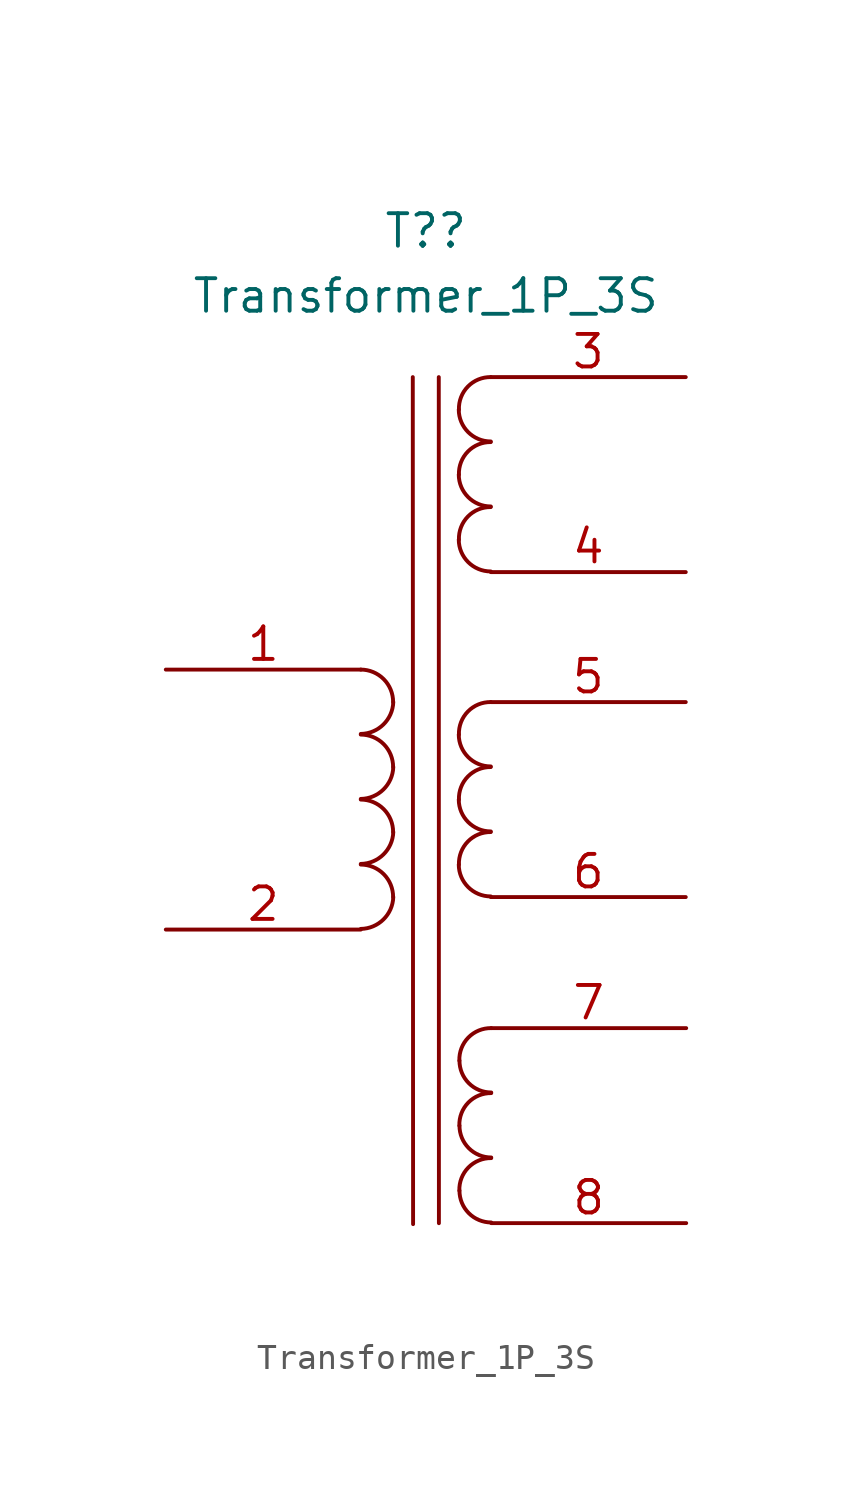
<source format=kicad_sym>
(kicad_symbol_lib
  (version 20211014)
  (generator kicad_symbol_editor)
  (symbol "Transformer_1P_3S"
    (pin_names
      (offset 1.016) hide)
    (property "Reference" "T?"
      (at 0 22.225 0)
      (effects (font (size 1.27 1.27))))
    (property "Value" "Transformer_1P_3S"
      (at 0 19.685 0)
      (effects (font (size 1.27 1.27))))
    (symbol "Transformer_1P_3S_0_1"
      (arc (start -2.54 -5.0546) (mid -1.6599 -4.6901) (end -1.27 -3.81) (stroke (width 0) (type default) (color 0 0 0 0)) (fill (type none)))
      (arc (start -2.54 -2.5146) (mid -1.6599 -2.1501) (end -1.27 -1.27) (stroke (width 0) (type default) (color 0 0 0 0)) (fill (type none)))
      (arc (start -2.54 0.0254) (mid -1.6599 0.3899) (end -1.27 1.27) (stroke (width 0) (type default) (color 0 0 0 0)) (fill (type none)))
      (arc (start -2.54 2.5654) (mid -1.6599 2.9299) (end -1.27 3.81) (stroke (width 0) (type default) (color 0 0 0 0)) (fill (type none)))
      (arc (start -1.27 -3.81) (mid -1.642 -2.912) (end -2.54 -2.54) (stroke (width 0) (type default) (color 0 0 0 0)) (fill (type none)))
      (arc (start -1.27 -1.27) (mid -1.642 -0.372) (end -2.54 0) (stroke (width 0) (type default) (color 0 0 0 0)) (fill (type none)))
      (arc (start -1.27 1.27) (mid -1.642 2.168) (end -2.54 2.54) (stroke (width 0) (type default) (color 0 0 0 0)) (fill (type none)))
      (arc (start -1.27 3.81) (mid -1.642 4.708) (end -2.54 5.08) (stroke (width 0) (type default) (color 0 0 0 0)) (fill (type none)))
      (polyline (pts (xy -0.496 -16.591) (xy -0.508 16.51)) (stroke (width 0) (type default) (color 0 0 0 0)) (fill (type none)))
      (polyline (pts (xy 0.508 16.51) (xy 0.513 -16.555)) (stroke (width 0) (type default) (color 0 0 0 0)) (fill (type none)))
      (arc (start 1.2954 -2.54) (mid 1.6599 -3.4201) (end 2.54 -3.7846) (stroke (width 0) (type default) (color 0 0 0 0)) (fill (type none)))
      (arc (start 1.2954 0) (mid 1.6599 -0.8801) (end 2.54 -1.2446) (stroke (width 0) (type default) (color 0 0 0 0)) (fill (type none)))
      (arc (start 1.2954 2.54) (mid 1.6599 1.6599) (end 2.54 1.2954) (stroke (width 0) (type default) (color 0 0 0 0)) (fill (type none)))
      (arc (start 1.2954 10.16) (mid 1.6599 9.2799) (end 2.54 8.9154) (stroke (width 0) (type default) (color 0 0 0 0)) (fill (type none)))
      (arc (start 1.2954 12.7) (mid 1.6599 11.8199) (end 2.54 11.4554) (stroke (width 0) (type default) (color 0 0 0 0)) (fill (type none)))
      (arc (start 1.2954 15.24) (mid 1.6599 14.3599) (end 2.54 13.9954) (stroke (width 0) (type default) (color 0 0 0 0)) (fill (type none)))
      (arc (start 1.3124 -15.282) (mid 1.6769 -16.1621) (end 2.557 -16.5266) (stroke (width 0) (type default) (color 0 0 0 0)) (fill (type none)))
      (arc (start 1.3124 -12.742) (mid 1.6769 -13.6221) (end 2.557 -13.9866) (stroke (width 0) (type default) (color 0 0 0 0)) (fill (type none)))
      (arc (start 1.3124 -10.202) (mid 1.6769 -11.0821) (end 2.557 -11.4466) (stroke (width 0) (type default) (color 0 0 0 0)) (fill (type none)))
      (arc (start 2.54 -1.27) (mid 1.6458 -1.6385) (end 1.2954 -2.54) (stroke (width 0) (type default) (color 0 0 0 0)) (fill (type none)))
      (arc (start 2.54 1.27) (mid 1.6458 0.9015) (end 1.2954 0) (stroke (width 0) (type default) (color 0 0 0 0)) (fill (type none)))
      (arc (start 2.54 3.81) (mid 1.6458 3.4415) (end 1.2954 2.54) (stroke (width 0) (type default) (color 0 0 0 0)) (fill (type none)))
      (arc (start 2.54 11.43) (mid 1.6458 11.0615) (end 1.2954 10.16) (stroke (width 0) (type default) (color 0 0 0 0)) (fill (type none)))
      (arc (start 2.54 13.97) (mid 1.6458 13.6015) (end 1.2954 12.7) (stroke (width 0) (type default) (color 0 0 0 0)) (fill (type none)))
      (arc (start 2.54 16.51) (mid 1.6458 16.1415) (end 1.2954 15.24) (stroke (width 0) (type default) (color 0 0 0 0)) (fill (type none)))
      (arc (start 2.557 -14.012) (mid 1.6628 -14.3805) (end 1.3124 -15.282) (stroke (width 0) (type default) (color 0 0 0 0)) (fill (type none)))
      (arc (start 2.557 -11.472) (mid 1.6628 -11.8405) (end 1.3124 -12.742) (stroke (width 0) (type default) (color 0 0 0 0)) (fill (type none)))
      (arc (start 2.557 -8.932) (mid 1.6628 -9.3005) (end 1.3124 -10.202) (stroke (width 0) (type default) (color 0 0 0 0)) (fill (type none))))
    (symbol "Transformer_1P_3S_1_1"
      (pin passive line (at -10.16 5.08 0) (length 7.62) (name "AA" (effects (font (size 1.27 1.27)))) (number "1" (effects (font (size 1.27 1.27)))))
      (pin passive line (at -10.16 -5.08 0) (length 7.62) (name "AB" (effects (font (size 1.27 1.27)))) (number "2" (effects (font (size 1.27 1.27)))))
      (pin passive line (at 10.16 16.51 180) (length 7.62) (name "SA" (effects (font (size 1.27 1.27)))) (number "3" (effects (font (size 1.27 1.27)))))
      (pin passive line (at 10.16 8.89 180) (length 7.62) (name "SB" (effects (font (size 1.27 1.27)))) (number "4" (effects (font (size 1.27 1.27)))))
      (pin passive line (at 10.16 3.81 180) (length 7.62) (name "SC" (effects (font (size 1.27 1.27)))) (number "5" (effects (font (size 1.27 1.27)))))
      (pin passive line (at 10.16 -3.81 180) (length 7.62) (name "SD" (effects (font (size 1.27 1.27)))) (number "6" (effects (font (size 1.27 1.27)))))
      (pin passive line (at 10.177 -8.932 180) (length 7.62) (name "SE" (effects (font (size 1.27 1.27)))) (number "7" (effects (font (size 1.27 1.27)))))
      (pin passive line (at 10.177 -16.552 180) (length 7.62) (name "SF" (effects (font (size 1.27 1.27)))) (number "8" (effects (font (size 1.27 1.27))))))))
</source>
